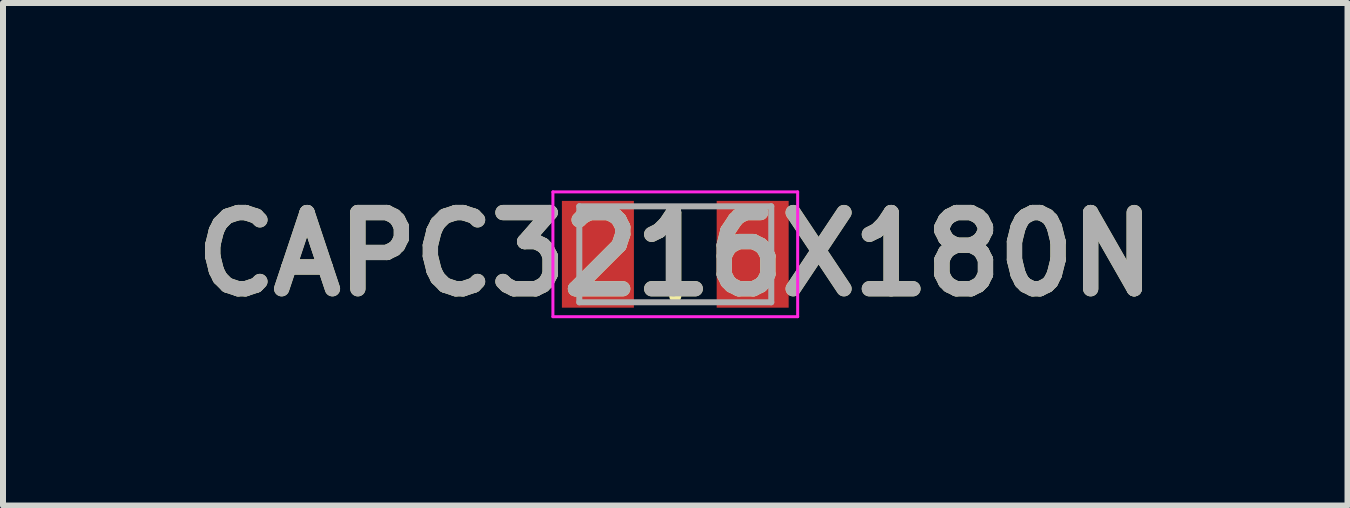
<source format=kicad_pcb>
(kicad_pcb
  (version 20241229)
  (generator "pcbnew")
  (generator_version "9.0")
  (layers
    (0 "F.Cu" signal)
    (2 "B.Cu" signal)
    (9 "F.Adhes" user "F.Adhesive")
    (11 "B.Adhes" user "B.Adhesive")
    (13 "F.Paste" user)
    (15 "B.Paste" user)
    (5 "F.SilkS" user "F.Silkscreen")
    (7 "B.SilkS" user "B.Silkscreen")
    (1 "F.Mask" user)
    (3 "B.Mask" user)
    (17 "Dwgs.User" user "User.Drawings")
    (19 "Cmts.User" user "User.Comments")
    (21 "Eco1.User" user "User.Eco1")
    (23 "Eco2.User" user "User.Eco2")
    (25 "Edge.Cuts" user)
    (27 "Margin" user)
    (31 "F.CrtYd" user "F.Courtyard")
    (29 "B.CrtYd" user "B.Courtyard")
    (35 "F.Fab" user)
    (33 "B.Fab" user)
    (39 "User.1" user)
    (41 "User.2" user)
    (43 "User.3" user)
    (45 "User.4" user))
  (footprint "CAPC3216X180N"
    (layer "F.Cu")
    (at 8.207 1.189)
    (property "Reference" "CAPC3216X180N" (at 0 0 0) (layer "F.SilkS") (effects (font (size 1.27 1.27) (thickness 0.254))))
    (attr smd)
    (fp_line (start 0 -0.7) (end 0 0.7) (stroke (width 0.2) (type solid)) (layer "F.SilkS"))
    (fp_line (start -2.04 -1.04) (end 2.04 -1.04) (stroke (width 0.05) (type solid)) (layer "F.CrtYd"))
    (fp_line (start -2.04 1.04) (end -2.04 -1.04) (stroke (width 0.05) (type solid)) (layer "F.CrtYd"))
    (fp_line (start 2.04 -1.04) (end 2.04 1.04) (stroke (width 0.05) (type solid)) (layer "F.CrtYd"))
    (fp_line (start 2.04 1.04) (end -2.04 1.04) (stroke (width 0.05) (type solid)) (layer "F.CrtYd"))
    (fp_line (start -1.6 -0.8) (end 1.6 -0.8) (stroke (width 0.1) (type solid)) (layer "F.Fab"))
    (fp_line (start -1.6 0.8) (end -1.6 -0.8) (stroke (width 0.1) (type solid)) (layer "F.Fab"))
    (fp_line (start 1.6 -0.8) (end 1.6 0.8) (stroke (width 0.1) (type solid)) (layer "F.Fab"))
    (fp_line (start 1.6 0.8) (end -1.6 0.8) (stroke (width 0.1) (type solid)) (layer "F.Fab"))
    (fp_text user "${REFERENCE}" (at 0 0 0) (layer "F.Fab") (effects (font (size 1.27 1.27) (thickness 0.254))))
    (pad "1" smd rect (at -1.29 0) (size 1.2 1.78) (layers "F.Cu" "F.Mask" "F.Paste"))
    (pad "2" smd rect (at 1.29 0) (size 1.2 1.78) (layers "F.Cu" "F.Mask" "F.Paste")))
  (gr_rect
    (start -3 -3)
    (end 19.413 5.377)
    (stroke (width 0.1) (type default))
    (fill no)
    (layer "Edge.Cuts")))
</source>
